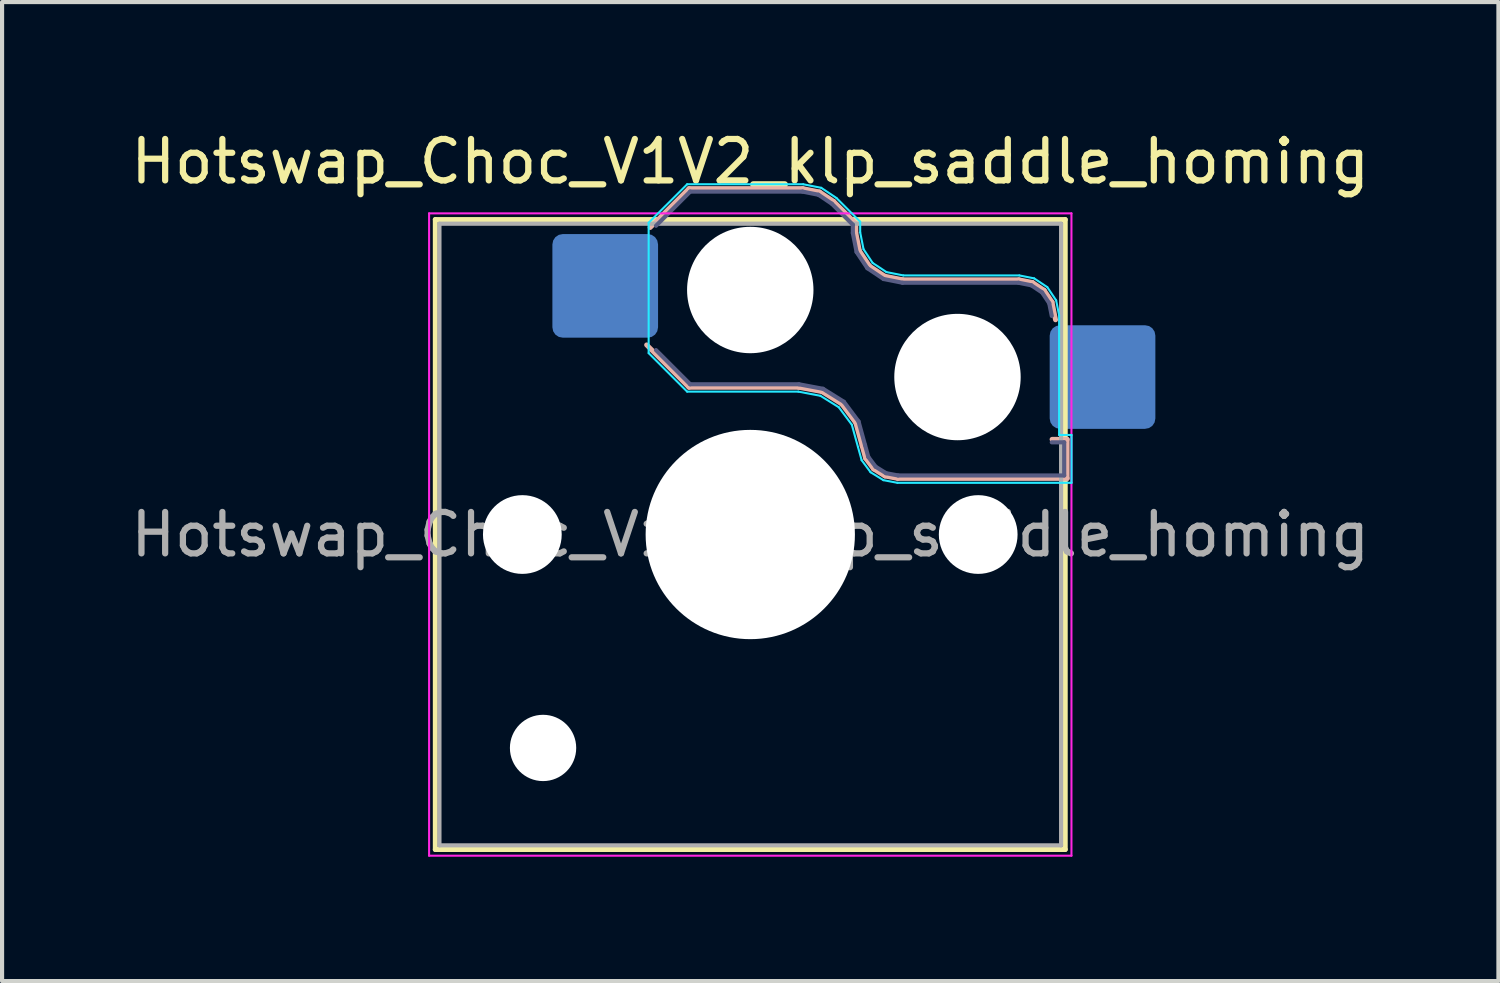
<source format=kicad_pcb>
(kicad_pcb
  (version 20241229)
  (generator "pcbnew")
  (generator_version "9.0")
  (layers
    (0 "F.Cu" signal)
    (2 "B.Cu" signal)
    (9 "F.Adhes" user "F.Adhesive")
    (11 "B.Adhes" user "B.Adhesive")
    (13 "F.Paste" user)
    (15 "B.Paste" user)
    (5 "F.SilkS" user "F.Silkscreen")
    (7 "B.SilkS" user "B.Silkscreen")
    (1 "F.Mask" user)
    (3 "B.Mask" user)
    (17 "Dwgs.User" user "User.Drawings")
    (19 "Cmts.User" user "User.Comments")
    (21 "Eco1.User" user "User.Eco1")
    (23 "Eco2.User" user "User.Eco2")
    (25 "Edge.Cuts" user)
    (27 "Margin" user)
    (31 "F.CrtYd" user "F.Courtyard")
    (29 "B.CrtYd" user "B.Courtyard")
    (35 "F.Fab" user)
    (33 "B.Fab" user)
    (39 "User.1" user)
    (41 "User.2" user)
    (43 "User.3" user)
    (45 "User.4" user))
  (footprint "Hotswap_Choc_V1V2_klp_saddle_homing"
    (layer "F.Cu")
    (at 15.054 9.848)
    (property "Reference" "Hotswap_Choc_V1V2_klp_saddle_homing" (at 0 -9 0) (layer "F.SilkS") (effects (font (size 1 1) (thickness 0.15))))
    (attr smd)
    (fp_line (start -7.6 -7.6) (end -7.6 7.6) (stroke (width 0.12) (type solid)) (layer "F.SilkS"))
    (fp_line (start -7.6 7.6) (end 7.6 7.6) (stroke (width 0.12) (type solid)) (layer "F.SilkS"))
    (fp_line (start 7.6 -7.6) (end -7.6 -7.6) (stroke (width 0.12) (type solid)) (layer "F.SilkS"))
    (fp_line (start 7.6 7.6) (end 7.6 -7.6) (stroke (width 0.12) (type solid)) (layer "F.SilkS"))
    (fp_line (start -2.416 -7.409) (end -1.479 -8.346) (stroke (width 0.12) (type solid)) (layer "B.SilkS"))
    (fp_line (start -1.479 -8.346) (end 1.268 -8.346) (stroke (width 0.12) (type solid)) (layer "B.SilkS"))
    (fp_line (start -1.479 -3.554) (end -2.5 -4.575) (stroke (width 0.12) (type solid)) (layer "B.SilkS"))
    (fp_line (start 1.168 -3.554) (end -1.479 -3.554) (stroke (width 0.12) (type solid)) (layer "B.SilkS"))
    (fp_line (start 1.268 -8.346) (end 1.671 -8.266) (stroke (width 0.12) (type solid)) (layer "B.SilkS"))
    (fp_line (start 1.671 -8.266) (end 2.013 -8.037) (stroke (width 0.12) (type solid)) (layer "B.SilkS"))
    (fp_line (start 1.73 -3.449) (end 1.168 -3.554) (stroke (width 0.12) (type solid)) (layer "B.SilkS"))
    (fp_line (start 2.013 -8.037) (end 2.546 -7.504) (stroke (width 0.12) (type solid)) (layer "B.SilkS"))
    (fp_line (start 2.209 -3.15) (end 1.73 -3.449) (stroke (width 0.12) (type solid)) (layer "B.SilkS"))
    (fp_line (start 2.546 -7.504) (end 2.546 -7.282) (stroke (width 0.12) (type solid)) (layer "B.SilkS"))
    (fp_line (start 2.546 -7.282) (end 2.633 -6.844) (stroke (width 0.12) (type solid)) (layer "B.SilkS"))
    (fp_line (start 2.547 -2.697) (end 2.209 -3.15) (stroke (width 0.12) (type solid)) (layer "B.SilkS"))
    (fp_line (start 2.633 -6.844) (end 2.877 -6.477) (stroke (width 0.12) (type solid)) (layer "B.SilkS"))
    (fp_line (start 2.701 -2.139) (end 2.547 -2.697) (stroke (width 0.12) (type solid)) (layer "B.SilkS"))
    (fp_line (start 2.783 -1.841) (end 2.701 -2.139) (stroke (width 0.12) (type solid)) (layer "B.SilkS"))
    (fp_line (start 2.877 -6.477) (end 3.244 -6.233) (stroke (width 0.12) (type solid)) (layer "B.SilkS"))
    (fp_line (start 2.976 -1.583) (end 2.783 -1.841) (stroke (width 0.12) (type solid)) (layer "B.SilkS"))
    (fp_line (start 3.244 -6.233) (end 3.682 -6.146) (stroke (width 0.12) (type solid)) (layer "B.SilkS"))
    (fp_line (start 3.25 -1.413) (end 2.976 -1.583) (stroke (width 0.12) (type solid)) (layer "B.SilkS"))
    (fp_line (start 3.56 -1.354) (end 3.25 -1.413) (stroke (width 0.12) (type solid)) (layer "B.SilkS"))
    (fp_line (start 3.682 -6.146) (end 6.482 -6.146) (stroke (width 0.12) (type solid)) (layer "B.SilkS"))
    (fp_line (start 6.482 -6.146) (end 6.809 -6.081) (stroke (width 0.12) (type solid)) (layer "B.SilkS"))
    (fp_line (start 6.809 -6.081) (end 7.092 -5.892) (stroke (width 0.12) (type solid)) (layer "B.SilkS"))
    (fp_line (start 7.092 -5.892) (end 7.281 -5.609) (stroke (width 0.12) (type solid)) (layer "B.SilkS"))
    (fp_line (start 7.281 -5.609) (end 7.366 -5.182) (stroke (width 0.12) (type solid)) (layer "B.SilkS"))
    (fp_line (start 7.283 -2.296) (end 7.646 -2.296) (stroke (width 0.12) (type solid)) (layer "B.SilkS"))
    (fp_line (start 7.646 -2.296) (end 7.646 -1.354) (stroke (width 0.12) (type solid)) (layer "B.SilkS"))
    (fp_line (start 7.646 -1.354) (end 3.56 -1.354) (stroke (width 0.12) (type solid)) (layer "B.SilkS"))
    (fp_line (start -7.25 -7.25) (end -7.25 7.25) (stroke (width 0.1) (type solid)) (layer "Eco1.User"))
    (fp_line (start -7.25 7.25) (end 7.25 7.25) (stroke (width 0.1) (type solid)) (layer "Eco1.User"))
    (fp_line (start 7.25 -7.25) (end -7.25 -7.25) (stroke (width 0.1) (type solid)) (layer "Eco1.User"))
    (fp_line (start 7.25 7.25) (end 7.25 -7.25) (stroke (width 0.1) (type solid)) (layer "Eco1.User"))
    (fp_line (start -2.452 -7.523) (end -1.523 -8.452) (stroke (width 0.05) (type solid)) (layer "B.CrtYd"))
    (fp_line (start -2.452 -4.377) (end -2.452 -7.523) (stroke (width 0.05) (type solid)) (layer "B.CrtYd"))
    (fp_line (start -1.523 -8.452) (end 1.278 -8.452) (stroke (width 0.05) (type solid)) (layer "B.CrtYd"))
    (fp_line (start -1.523 -3.448) (end -2.452 -4.377) (stroke (width 0.05) (type solid)) (layer "B.CrtYd"))
    (fp_line (start 1.159 -3.448) (end -1.523 -3.448) (stroke (width 0.05) (type solid)) (layer "B.CrtYd"))
    (fp_line (start 1.278 -8.452) (end 1.712 -8.366) (stroke (width 0.05) (type solid)) (layer "B.CrtYd"))
    (fp_line (start 1.691 -3.348) (end 1.159 -3.448) (stroke (width 0.05) (type solid)) (layer "B.CrtYd"))
    (fp_line (start 1.712 -8.366) (end 2.081 -8.119) (stroke (width 0.05) (type solid)) (layer "B.CrtYd"))
    (fp_line (start 2.081 -8.119) (end 2.652 -7.548) (stroke (width 0.05) (type solid)) (layer "B.CrtYd"))
    (fp_line (start 2.136 -3.071) (end 1.691 -3.348) (stroke (width 0.05) (type solid)) (layer "B.CrtYd"))
    (fp_line (start 2.45 -2.65) (end 2.136 -3.071) (stroke (width 0.05) (type solid)) (layer "B.CrtYd"))
    (fp_line (start 2.599 -2.111) (end 2.45 -2.65) (stroke (width 0.05) (type solid)) (layer "B.CrtYd"))
    (fp_line (start 2.652 -7.548) (end 2.652 -7.292) (stroke (width 0.05) (type solid)) (layer "B.CrtYd"))
    (fp_line (start 2.652 -7.292) (end 2.733 -6.885) (stroke (width 0.05) (type solid)) (layer "B.CrtYd"))
    (fp_line (start 2.687 -1.794) (end 2.599 -2.111) (stroke (width 0.05) (type solid)) (layer "B.CrtYd"))
    (fp_line (start 2.733 -6.885) (end 2.953 -6.553) (stroke (width 0.05) (type solid)) (layer "B.CrtYd"))
    (fp_line (start 2.903 -1.503) (end 2.687 -1.794) (stroke (width 0.05) (type solid)) (layer "B.CrtYd"))
    (fp_line (start 2.953 -6.553) (end 3.285 -6.333) (stroke (width 0.05) (type solid)) (layer "B.CrtYd"))
    (fp_line (start 3.211 -1.312) (end 2.903 -1.503) (stroke (width 0.05) (type solid)) (layer "B.CrtYd"))
    (fp_line (start 3.285 -6.333) (end 3.692 -6.252) (stroke (width 0.05) (type solid)) (layer "B.CrtYd"))
    (fp_line (start 3.55 -1.248) (end 3.211 -1.312) (stroke (width 0.05) (type solid)) (layer "B.CrtYd"))
    (fp_line (start 3.692 -6.252) (end 6.492 -6.252) (stroke (width 0.05) (type solid)) (layer "B.CrtYd"))
    (fp_line (start 6.492 -6.252) (end 6.85 -6.181) (stroke (width 0.05) (type solid)) (layer "B.CrtYd"))
    (fp_line (start 6.85 -6.181) (end 7.168 -5.968) (stroke (width 0.05) (type solid)) (layer "B.CrtYd"))
    (fp_line (start 7.168 -5.968) (end 7.381 -5.65) (stroke (width 0.05) (type solid)) (layer "B.CrtYd"))
    (fp_line (start 7.381 -5.65) (end 7.452 -5.292) (stroke (width 0.05) (type solid)) (layer "B.CrtYd"))
    (fp_line (start 7.452 -5.292) (end 7.452 -2.402) (stroke (width 0.05) (type solid)) (layer "B.CrtYd"))
    (fp_line (start 7.452 -2.402) (end 7.752 -2.402) (stroke (width 0.05) (type solid)) (layer "B.CrtYd"))
    (fp_line (start 7.752 -2.402) (end 7.752 -1.248) (stroke (width 0.05) (type solid)) (layer "B.CrtYd"))
    (fp_line (start 7.752 -1.248) (end 3.55 -1.248) (stroke (width 0.05) (type solid)) (layer "B.CrtYd"))
    (fp_line (start -7.75 -7.75) (end -7.75 7.75) (stroke (width 0.05) (type solid)) (layer "F.CrtYd"))
    (fp_line (start -7.75 7.75) (end 7.75 7.75) (stroke (width 0.05) (type solid)) (layer "F.CrtYd"))
    (fp_line (start 7.75 -7.75) (end -7.75 -7.75) (stroke (width 0.05) (type solid)) (layer "F.CrtYd"))
    (fp_line (start 7.75 7.75) (end 7.75 -7.75) (stroke (width 0.05) (type solid)) (layer "F.CrtYd"))
    (fp_line (start -2.275 -7.45) (end -1.45 -8.275) (stroke (width 0.1) (type solid)) (layer "B.Fab"))
    (fp_line (start -1.45 -8.275) (end 1.261 -8.275) (stroke (width 0.1) (type solid)) (layer "B.Fab"))
    (fp_line (start -1.45 -3.625) (end -2.275 -4.45) (stroke (width 0.1) (type solid)) (layer "B.Fab"))
    (fp_line (start 1.175 -3.625) (end -1.45 -3.625) (stroke (width 0.1) (type solid)) (layer "B.Fab"))
    (fp_line (start 1.261 -8.275) (end 1.643 -8.199) (stroke (width 0.1) (type solid)) (layer "B.Fab"))
    (fp_line (start 1.643 -8.199) (end 1.968 -7.982) (stroke (width 0.1) (type solid)) (layer "B.Fab"))
    (fp_line (start 1.756 -3.516) (end 1.175 -3.625) (stroke (width 0.1) (type solid)) (layer "B.Fab"))
    (fp_line (start 1.968 -7.982) (end 2.475 -7.475) (stroke (width 0.1) (type solid)) (layer "B.Fab"))
    (fp_line (start 2.258 -3.203) (end 1.756 -3.516) (stroke (width 0.1) (type solid)) (layer "B.Fab"))
    (fp_line (start 2.475 -7.475) (end 2.475 -7.275) (stroke (width 0.1) (type solid)) (layer "B.Fab"))
    (fp_line (start 2.475 -7.275) (end 2.566 -6.816) (stroke (width 0.1) (type solid)) (layer "B.Fab"))
    (fp_line (start 2.566 -6.816) (end 2.826 -6.426) (stroke (width 0.1) (type solid)) (layer "B.Fab"))
    (fp_line (start 2.612 -2.729) (end 2.258 -3.203) (stroke (width 0.1) (type solid)) (layer "B.Fab"))
    (fp_line (start 2.769 -2.158) (end 2.612 -2.729) (stroke (width 0.1) (type solid)) (layer "B.Fab"))
    (fp_line (start 2.826 -6.426) (end 3.216 -6.166) (stroke (width 0.1) (type solid)) (layer "B.Fab"))
    (fp_line (start 2.848 -1.873) (end 2.769 -2.158) (stroke (width 0.1) (type solid)) (layer "B.Fab"))
    (fp_line (start 3.025 -1.636) (end 2.848 -1.873) (stroke (width 0.1) (type solid)) (layer "B.Fab"))
    (fp_line (start 3.216 -6.166) (end 3.675 -6.075) (stroke (width 0.1) (type solid)) (layer "B.Fab"))
    (fp_line (start 3.276 -1.48) (end 3.025 -1.636) (stroke (width 0.1) (type solid)) (layer "B.Fab"))
    (fp_line (start 3.567 -1.425) (end 3.276 -1.48) (stroke (width 0.1) (type solid)) (layer "B.Fab"))
    (fp_line (start 3.675 -6.075) (end 6.475 -6.075) (stroke (width 0.1) (type solid)) (layer "B.Fab"))
    (fp_line (start 6.475 -6.075) (end 6.781 -6.014) (stroke (width 0.1) (type solid)) (layer "B.Fab"))
    (fp_line (start 6.781 -6.014) (end 7.041 -5.841) (stroke (width 0.1) (type solid)) (layer "B.Fab"))
    (fp_line (start 7.041 -5.841) (end 7.214 -5.581) (stroke (width 0.1) (type solid)) (layer "B.Fab"))
    (fp_line (start 7.214 -5.581) (end 7.275 -5.275) (stroke (width 0.1) (type solid)) (layer "B.Fab"))
    (fp_line (start 7.275 -2.225) (end 7.575 -2.225) (stroke (width 0.1) (type solid)) (layer "B.Fab"))
    (fp_line (start 7.575 -2.225) (end 7.575 -1.425) (stroke (width 0.1) (type solid)) (layer "B.Fab"))
    (fp_line (start 7.575 -1.425) (end 3.567 -1.425) (stroke (width 0.1) (type solid)) (layer "B.Fab"))
    (fp_line (start -7.5 -7.5) (end -7.5 7.5) (stroke (width 0.1) (type solid)) (layer "F.Fab"))
    (fp_line (start -7.5 7.5) (end 7.5 7.5) (stroke (width 0.1) (type solid)) (layer "F.Fab"))
    (fp_line (start 7.5 -7.5) (end -7.5 -7.5) (stroke (width 0.1) (type solid)) (layer "F.Fab"))
    (fp_line (start 7.5 7.5) (end 7.5 -7.5) (stroke (width 0.1) (type solid)) (layer "F.Fab"))
    (fp_text user "${REFERENCE}" (at 0 0 0) (layer "F.Fab") (effects (font (size 1 1) (thickness 0.15))))
    (pad "" np_thru_hole circle (at -5.5 0) (size 1.9 1.9) (drill 1.9) (layers "*.Cu" "*.Mask"))
    (pad "" np_thru_hole circle (at -5 5.15) (size 1.6 1.6) (drill 1.6) (layers "*.Cu" "*.Mask"))
    (pad "" np_thru_hole circle (at 0 -5.9) (size 3.05 3.05) (drill 3.05) (layers "*.Cu" "*.Mask"))
    (pad "" np_thru_hole circle (at 0 0) (size 5.05 5.05) (drill 5.05) (layers "*.Cu" "*.Mask"))
    (pad "" np_thru_hole circle (at 5 -3.8) (size 3.05 3.05) (drill 3.05) (layers "*.Cu" "*.Mask"))
    (pad "" np_thru_hole circle (at 5.5 0) (size 1.9 1.9) (drill 1.9) (layers "*.Cu" "*.Mask"))
    (pad "1" smd roundrect (at -3.5 -6) (size 2.55 2.5) (layers "B.Cu" "B.Mask" "B.Paste") (roundrect_rratio 0.1))
    (pad "2" smd roundrect (at 8.5 -3.8) (size 2.55 2.5) (layers "B.Cu" "B.Mask" "B.Paste") (roundrect_rratio 0.1)))
  (gr_rect
    (start -3 -3)
    (end 33.107 20.623)
    (stroke (width 0.1) (type default))
    (fill no)
    (layer "Edge.Cuts")))
</source>
